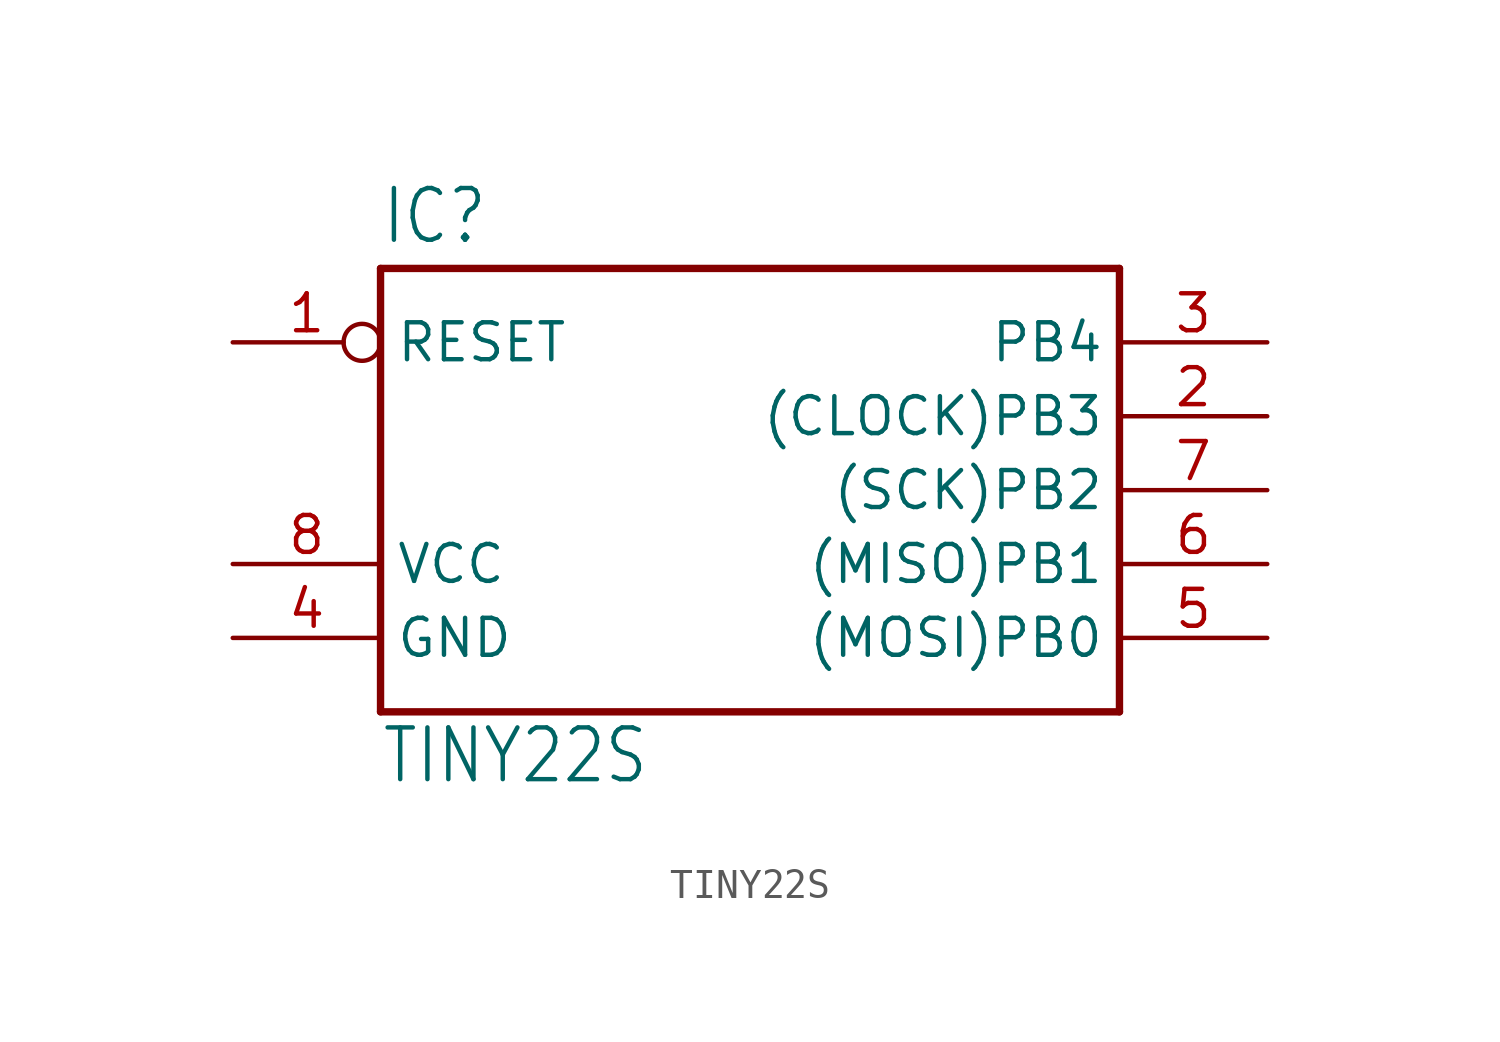
<source format=kicad_sym>
(kicad_symbol_lib
  (version 20211014)
  (generator kicad_symbol_editor)
  (symbol "TINY22S"
    (property "Reference" "IC"
      (at -12.7 8.382 0)
      (effects (font (size 1.778 1.511)) (justify left bottom)))
    (property "Value" "TINY22S"
      (at -12.7 -10.16 0)
      (effects (font (size 1.778 1.511)) (justify left bottom)))
    (property "ki_locked" ""
      (at 0 0 0)
      (effects (font (size 1.27 1.27))))
    (symbol "TINY22S_1_0"
      (polyline (pts (xy -12.7 -7.62) (xy 12.7 -7.62)) (stroke (width 0.254) (type default) (color 0 0 0 0)) (fill (type none)))
      (polyline (pts (xy -12.7 7.62) (xy -12.7 -7.62)) (stroke (width 0.254) (type default) (color 0 0 0 0)) (fill (type none)))
      (polyline (pts (xy 12.7 -7.62) (xy 12.7 7.62)) (stroke (width 0.254) (type default) (color 0 0 0 0)) (fill (type none)))
      (polyline (pts (xy 12.7 7.62) (xy -12.7 7.62)) (stroke (width 0.254) (type default) (color 0 0 0 0)) (fill (type none)))
      (pin input inverted (at -17.78 5.08 0) (length 5.08) (name "RESET" (effects (font (size 1.27 1.27)))) (number "1" (effects (font (size 1.27 1.27)))))
      (pin bidirectional line (at 17.78 2.54 180) (length 5.08) (name "(CLOCK)PB3" (effects (font (size 1.27 1.27)))) (number "2" (effects (font (size 1.27 1.27)))))
      (pin bidirectional line (at 17.78 5.08 180) (length 5.08) (name "PB4" (effects (font (size 1.27 1.27)))) (number "3" (effects (font (size 1.27 1.27)))))
      (pin power_in line (at -17.78 -5.08 0) (length 5.08) (name "GND" (effects (font (size 1.27 1.27)))) (number "4" (effects (font (size 1.27 1.27)))))
      (pin bidirectional line (at 17.78 -5.08 180) (length 5.08) (name "(MOSI)PB0" (effects (font (size 1.27 1.27)))) (number "5" (effects (font (size 1.27 1.27)))))
      (pin bidirectional line (at 17.78 -2.54 180) (length 5.08) (name "(MISO)PB1" (effects (font (size 1.27 1.27)))) (number "6" (effects (font (size 1.27 1.27)))))
      (pin bidirectional line (at 17.78 0 180) (length 5.08) (name "(SCK)PB2" (effects (font (size 1.27 1.27)))) (number "7" (effects (font (size 1.27 1.27)))))
      (pin power_in line (at -17.78 -2.54 0) (length 5.08) (name "VCC" (effects (font (size 1.27 1.27)))) (number "8" (effects (font (size 1.27 1.27))))))))
</source>
